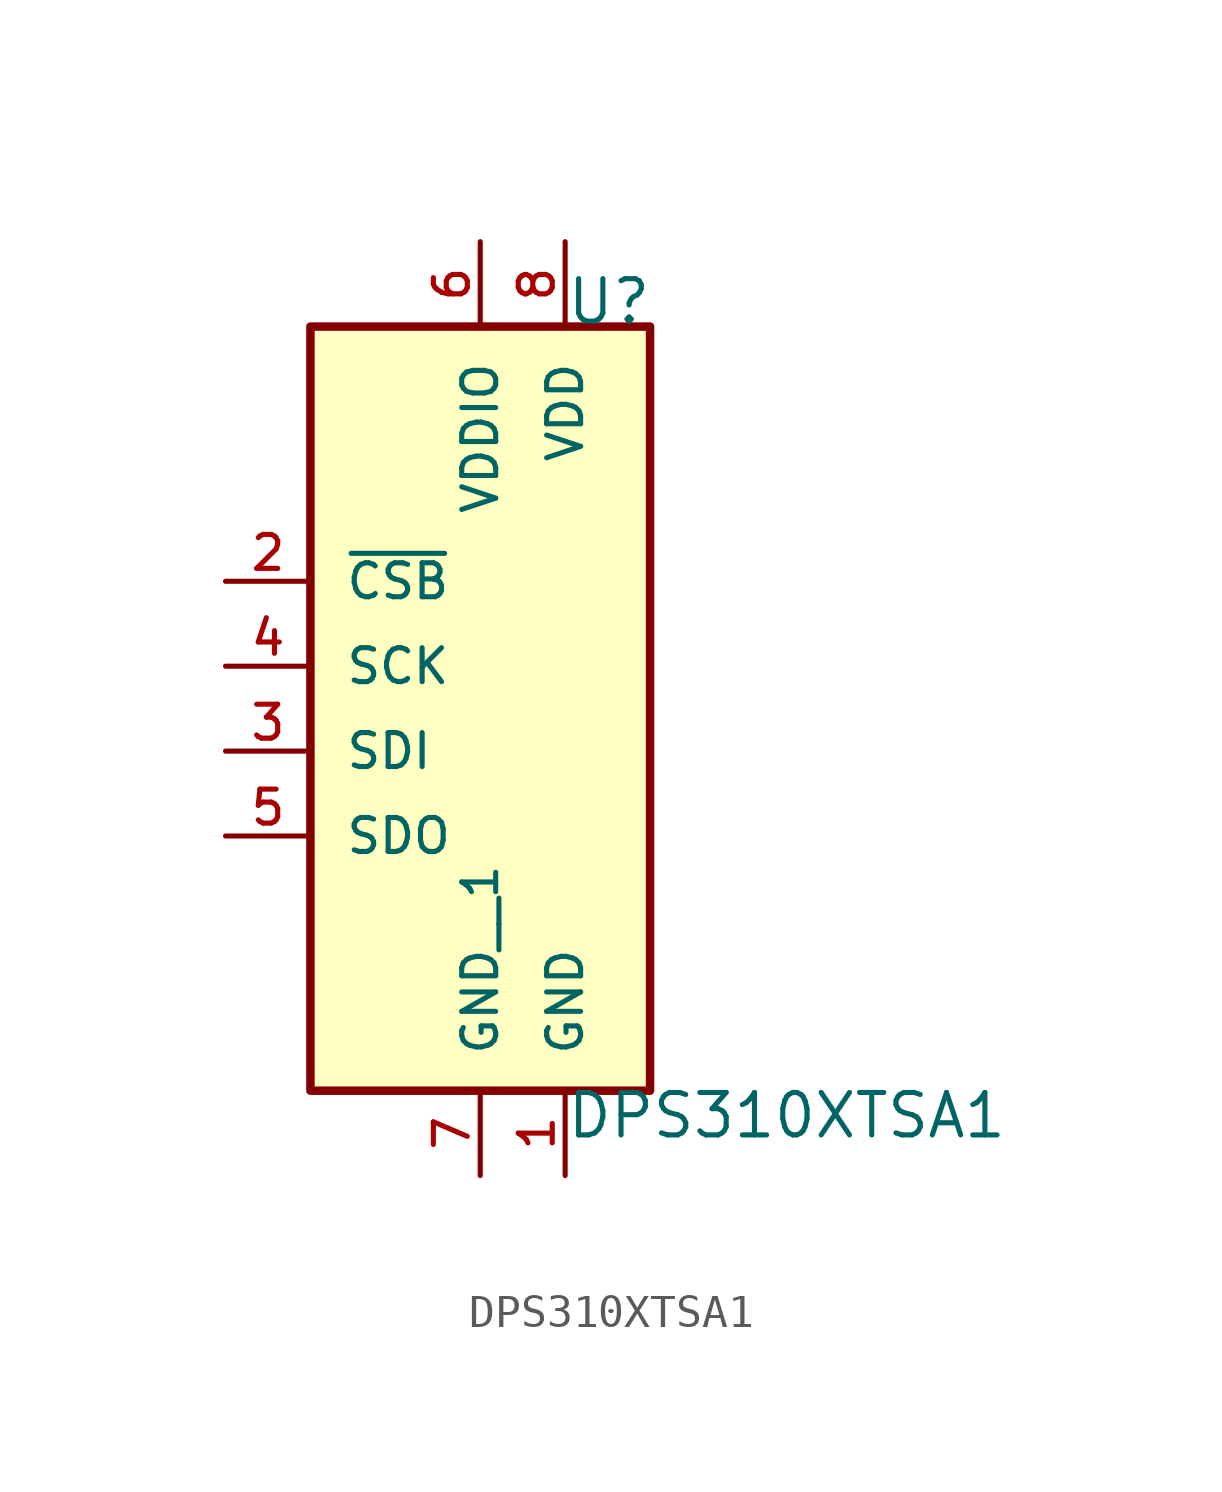
<source format=kicad_sym>
(kicad_symbol_lib
  (version 20231120)
  (generator "kicad_symbol_editor")
  (generator_version "8.0")
  (symbol "DPS310XTSA1"
    (pin_names
      (offset 1.016))
    (property "Reference" "U"
      (at 7.62 22.86 0)
      (effects (font (size 1.27 1.27)) (justify left bottom)))
    (property "Value" "DPS310XTSA1"
      (at 7.62 0 0)
      (effects (font (size 1.27 1.27)) (justify left top)))
    (symbol "DPS310XTSA1_0_0"
      (rectangle (start 0 22.86) (end 10.16 0) (stroke (width 0.254) (type default)) (fill (type background))))
    (symbol "DPS310XTSA1_1_0"
      (pin power_in line (at 7.62 -2.54 90) (length 2.54) (name "GND" (effects (font (size 1.016 1.016)))) (number "1" (effects (font (size 1.016 1.016)))))
      (pin input line (at -2.54 15.24 0) (length 2.54) (name "~{CSB}" (effects (font (size 1.016 1.016)))) (number "2" (effects (font (size 1.016 1.016)))))
      (pin bidirectional line (at -2.54 10.16 0) (length 2.54) (name "SDI" (effects (font (size 1.016 1.016)))) (number "3" (effects (font (size 1.016 1.016)))))
      (pin input line (at -2.54 12.7 0) (length 2.54) (name "SCK" (effects (font (size 1.016 1.016)))) (number "4" (effects (font (size 1.016 1.016)))))
      (pin output line (at -2.54 7.62 0) (length 2.54) (name "SDO" (effects (font (size 1.016 1.016)))) (number "5" (effects (font (size 1.016 1.016)))))
      (pin power_in line (at 5.08 25.4 270) (length 2.54) (name "VDDIO" (effects (font (size 1.016 1.016)))) (number "6" (effects (font (size 1.016 1.016)))))
      (pin power_in line (at 5.08 -2.54 90) (length 2.54) (name "GND__1" (effects (font (size 1.016 1.016)))) (number "7" (effects (font (size 1.016 1.016)))))
      (pin power_in line (at 7.62 25.4 270) (length 2.54) (name "VDD" (effects (font (size 1.016 1.016)))) (number "8" (effects (font (size 1.016 1.016))))))))
</source>
